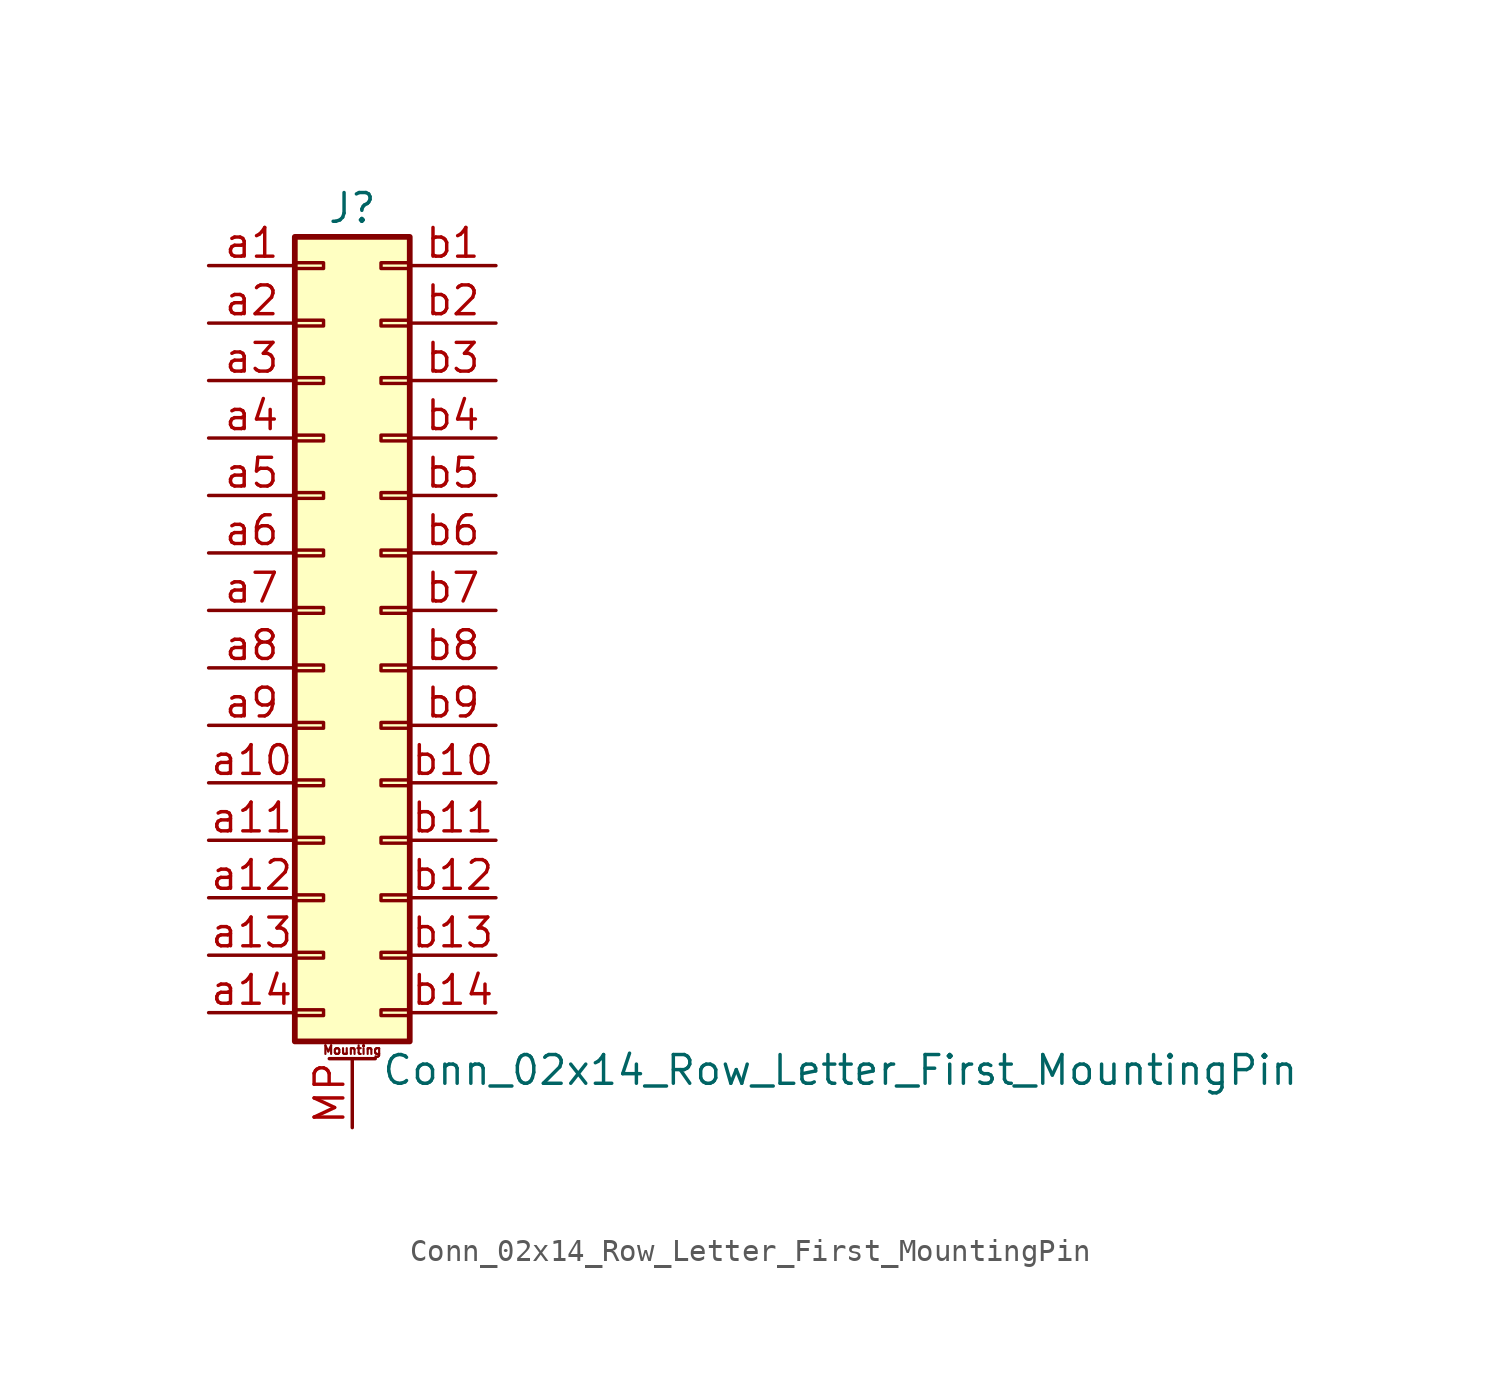
<source format=kicad_sym>
(kicad_symbol_lib
  (version 20201005)
  (generator kicad_symbol_editor)
  (symbol "Connector_Generic_MountingPin:Conn_02x14_Row_Letter_First_MountingPin"
    (pin_names
      (offset 1.016) hide)
    (property "Reference" "J"
      (at 1.27 17.78 0)
      (effects (font (size 1.27 1.27))))
    (property "Value" "Conn_02x14_Row_Letter_First_MountingPin"
      (at 2.54 -20.32 0)
      (effects (font (size 1.27 1.27)) (justify left)))
    (symbol "Conn_02x14_Row_Letter_First_MountingPin_1_1"
      (text "Mounting" (at 1.27 -19.431 0) (effects (font (size 0.381 0.381))))
      (rectangle (start -1.27 -4.953) (end 0 -5.207) (stroke (width 0.152)) (fill (type none)))
      (rectangle (start -1.27 -7.493) (end 0 -7.747) (stroke (width 0.152)) (fill (type none)))
      (rectangle (start -1.27 -10.033) (end 0 -10.287) (stroke (width 0.152)) (fill (type none)))
      (rectangle (start -1.27 -12.573) (end 0 -12.827) (stroke (width 0.152)) (fill (type none)))
      (rectangle (start -1.27 -15.113) (end 0 -15.367) (stroke (width 0.152)) (fill (type none)))
      (rectangle (start -1.27 -17.653) (end 0 -17.907) (stroke (width 0.152)) (fill (type none)))
      (rectangle (start -1.27 -2.413) (end 0 -2.667) (stroke (width 0.152)) (fill (type none)))
      (rectangle (start -1.27 2.667) (end 0 2.413) (stroke (width 0.152)) (fill (type none)))
      (rectangle (start -1.27 5.207) (end 0 4.953) (stroke (width 0.152)) (fill (type none)))
      (rectangle (start -1.27 7.747) (end 0 7.493) (stroke (width 0.152)) (fill (type none)))
      (rectangle (start -1.27 10.287) (end 0 10.033) (stroke (width 0.152)) (fill (type none)))
      (rectangle (start -1.27 0.127) (end 0 -0.127) (stroke (width 0.152)) (fill (type none)))
      (rectangle (start -1.27 12.827) (end 0 12.573) (stroke (width 0.152)) (fill (type none)))
      (rectangle (start -1.27 15.367) (end 0 15.113) (stroke (width 0.152)) (fill (type none)))
      (rectangle (start -1.27 16.51) (end 3.81 -19.05) (stroke (width 0.254)) (fill (type background)))
      (rectangle (start 3.81 -4.953) (end 2.54 -5.207) (stroke (width 0.152)) (fill (type none)))
      (rectangle (start 3.81 -7.493) (end 2.54 -7.747) (stroke (width 0.152)) (fill (type none)))
      (rectangle (start 3.81 -10.033) (end 2.54 -10.287) (stroke (width 0.152)) (fill (type none)))
      (rectangle (start 3.81 -12.573) (end 2.54 -12.827) (stroke (width 0.152)) (fill (type none)))
      (rectangle (start 3.81 -15.113) (end 2.54 -15.367) (stroke (width 0.152)) (fill (type none)))
      (rectangle (start 3.81 -17.653) (end 2.54 -17.907) (stroke (width 0.152)) (fill (type none)))
      (rectangle (start 3.81 -2.413) (end 2.54 -2.667) (stroke (width 0.152)) (fill (type none)))
      (rectangle (start 3.81 2.667) (end 2.54 2.413) (stroke (width 0.152)) (fill (type none)))
      (rectangle (start 3.81 5.207) (end 2.54 4.953) (stroke (width 0.152)) (fill (type none)))
      (rectangle (start 3.81 7.747) (end 2.54 7.493) (stroke (width 0.152)) (fill (type none)))
      (rectangle (start 3.81 10.287) (end 2.54 10.033) (stroke (width 0.152)) (fill (type none)))
      (rectangle (start 3.81 0.127) (end 2.54 -0.127) (stroke (width 0.152)) (fill (type none)))
      (rectangle (start 3.81 12.827) (end 2.54 12.573) (stroke (width 0.152)) (fill (type none)))
      (rectangle (start 3.81 15.367) (end 2.54 15.113) (stroke (width 0.152)) (fill (type none)))
      (polyline (pts (xy 0.254 -19.812) (xy 2.286 -19.812)) (stroke (width 0.152)) (fill (type none)))
      (pin passive line (at 1.27 -22.86 90) (length 3.048) (name "MountPin" (effects (font (size 1.27 1.27)))) (number "MP" (effects (font (size 1.27 1.27)))))
      (pin passive line (at -5.08 15.24 0) (length 3.81) (name "Pin_a1" (effects (font (size 1.27 1.27)))) (number "a1" (effects (font (size 1.27 1.27)))))
      (pin passive line (at -5.08 -7.62 0) (length 3.81) (name "Pin_a10" (effects (font (size 1.27 1.27)))) (number "a10" (effects (font (size 1.27 1.27)))))
      (pin passive line (at -5.08 -10.16 0) (length 3.81) (name "Pin_a11" (effects (font (size 1.27 1.27)))) (number "a11" (effects (font (size 1.27 1.27)))))
      (pin passive line (at -5.08 -12.7 0) (length 3.81) (name "Pin_a12" (effects (font (size 1.27 1.27)))) (number "a12" (effects (font (size 1.27 1.27)))))
      (pin passive line (at -5.08 -15.24 0) (length 3.81) (name "Pin_a13" (effects (font (size 1.27 1.27)))) (number "a13" (effects (font (size 1.27 1.27)))))
      (pin passive line (at -5.08 -17.78 0) (length 3.81) (name "Pin_a14" (effects (font (size 1.27 1.27)))) (number "a14" (effects (font (size 1.27 1.27)))))
      (pin passive line (at -5.08 12.7 0) (length 3.81) (name "Pin_a2" (effects (font (size 1.27 1.27)))) (number "a2" (effects (font (size 1.27 1.27)))))
      (pin passive line (at -5.08 10.16 0) (length 3.81) (name "Pin_a3" (effects (font (size 1.27 1.27)))) (number "a3" (effects (font (size 1.27 1.27)))))
      (pin passive line (at -5.08 7.62 0) (length 3.81) (name "Pin_a4" (effects (font (size 1.27 1.27)))) (number "a4" (effects (font (size 1.27 1.27)))))
      (pin passive line (at -5.08 5.08 0) (length 3.81) (name "Pin_a5" (effects (font (size 1.27 1.27)))) (number "a5" (effects (font (size 1.27 1.27)))))
      (pin passive line (at -5.08 2.54 0) (length 3.81) (name "Pin_a6" (effects (font (size 1.27 1.27)))) (number "a6" (effects (font (size 1.27 1.27)))))
      (pin passive line (at -5.08 0 0) (length 3.81) (name "Pin_a7" (effects (font (size 1.27 1.27)))) (number "a7" (effects (font (size 1.27 1.27)))))
      (pin passive line (at -5.08 -2.54 0) (length 3.81) (name "Pin_a8" (effects (font (size 1.27 1.27)))) (number "a8" (effects (font (size 1.27 1.27)))))
      (pin passive line (at -5.08 -5.08 0) (length 3.81) (name "Pin_a9" (effects (font (size 1.27 1.27)))) (number "a9" (effects (font (size 1.27 1.27)))))
      (pin passive line (at 7.62 15.24 180) (length 3.81) (name "Pin_b1" (effects (font (size 1.27 1.27)))) (number "b1" (effects (font (size 1.27 1.27)))))
      (pin passive line (at 7.62 -7.62 180) (length 3.81) (name "Pin_b10" (effects (font (size 1.27 1.27)))) (number "b10" (effects (font (size 1.27 1.27)))))
      (pin passive line (at 7.62 -10.16 180) (length 3.81) (name "Pin_b11" (effects (font (size 1.27 1.27)))) (number "b11" (effects (font (size 1.27 1.27)))))
      (pin passive line (at 7.62 -12.7 180) (length 3.81) (name "Pin_b12" (effects (font (size 1.27 1.27)))) (number "b12" (effects (font (size 1.27 1.27)))))
      (pin passive line (at 7.62 -15.24 180) (length 3.81) (name "Pin_b13" (effects (font (size 1.27 1.27)))) (number "b13" (effects (font (size 1.27 1.27)))))
      (pin passive line (at 7.62 -17.78 180) (length 3.81) (name "Pin_b14" (effects (font (size 1.27 1.27)))) (number "b14" (effects (font (size 1.27 1.27)))))
      (pin passive line (at 7.62 12.7 180) (length 3.81) (name "Pin_b2" (effects (font (size 1.27 1.27)))) (number "b2" (effects (font (size 1.27 1.27)))))
      (pin passive line (at 7.62 10.16 180) (length 3.81) (name "Pin_b3" (effects (font (size 1.27 1.27)))) (number "b3" (effects (font (size 1.27 1.27)))))
      (pin passive line (at 7.62 7.62 180) (length 3.81) (name "Pin_b4" (effects (font (size 1.27 1.27)))) (number "b4" (effects (font (size 1.27 1.27)))))
      (pin passive line (at 7.62 5.08 180) (length 3.81) (name "Pin_b5" (effects (font (size 1.27 1.27)))) (number "b5" (effects (font (size 1.27 1.27)))))
      (pin passive line (at 7.62 2.54 180) (length 3.81) (name "Pin_b6" (effects (font (size 1.27 1.27)))) (number "b6" (effects (font (size 1.27 1.27)))))
      (pin passive line (at 7.62 0 180) (length 3.81) (name "Pin_b7" (effects (font (size 1.27 1.27)))) (number "b7" (effects (font (size 1.27 1.27)))))
      (pin passive line (at 7.62 -2.54 180) (length 3.81) (name "Pin_b8" (effects (font (size 1.27 1.27)))) (number "b8" (effects (font (size 1.27 1.27)))))
      (pin passive line (at 7.62 -5.08 180) (length 3.81) (name "Pin_b9" (effects (font (size 1.27 1.27)))) (number "b9" (effects (font (size 1.27 1.27))))))))
</source>
